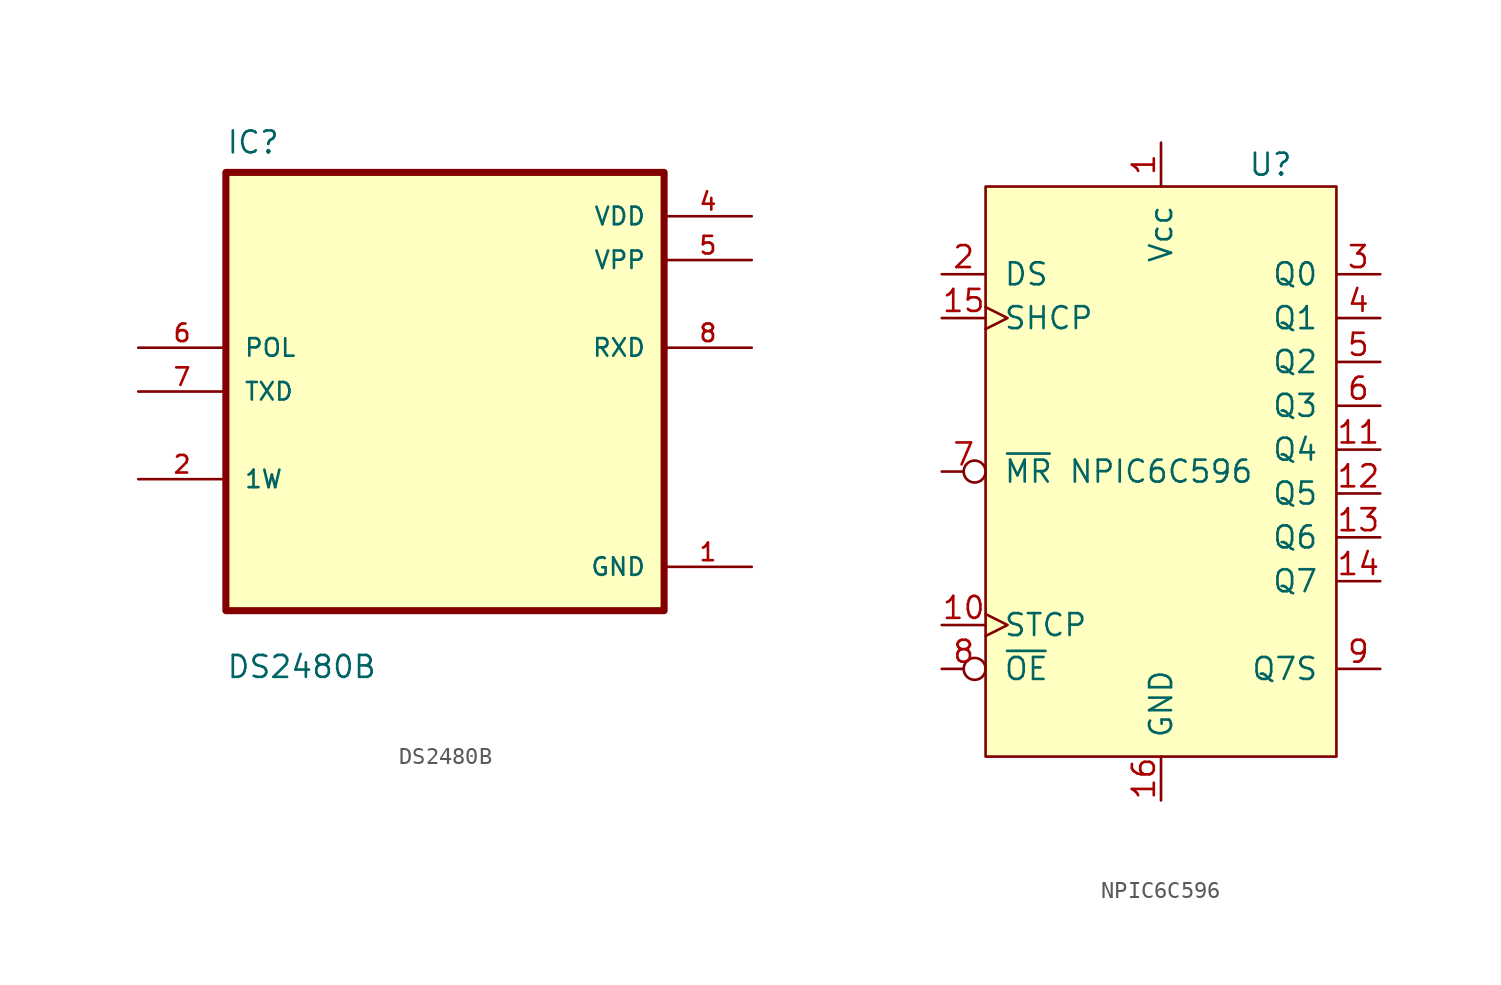
<source format=kicad_sym>
(kicad_symbol_lib
  (version 20220914)
  (generator kicad_symbol_editor)
  (symbol "DS2480B"
    (pin_names
      (offset 1.016))
    (property "Reference" "IC"
      (at -12.7 13.7 0)
      (effects (font (size 1.27 1.27)) (justify left bottom)))
    (property "Value" "DS2480B"
      (at -12.7 -16.7 0)
      (effects (font (size 1.27 1.27)) (justify left bottom)))
    (symbol "DS2480B_0_0"
      (rectangle (start -12.7 -12.7) (end 12.7 12.7) (stroke (width 0.41) (type default)) (fill (type background)))
      (pin power_in line (at 17.78 -10.16 180) (length 5.08) (name "GND" (effects (font (size 1.016 1.016)))) (number "1" (effects (font (size 1.016 1.016)))))
      (pin bidirectional line (at -17.78 -5.08 0) (length 5.08) (name "1W" (effects (font (size 1.016 1.016)))) (number "2" (effects (font (size 1.016 1.016)))))
      (pin power_in line (at 17.78 10.16 180) (length 5.08) (name "VDD" (effects (font (size 1.016 1.016)))) (number "4" (effects (font (size 1.016 1.016)))))
      (pin power_in line (at 17.78 7.62 180) (length 5.08) (name "VPP" (effects (font (size 1.016 1.016)))) (number "5" (effects (font (size 1.016 1.016)))))
      (pin input line (at -17.78 2.54 0) (length 5.08) (name "POL" (effects (font (size 1.016 1.016)))) (number "6" (effects (font (size 1.016 1.016)))))
      (pin input line (at -17.78 0 0) (length 5.08) (name "TXD" (effects (font (size 1.016 1.016)))) (number "7" (effects (font (size 1.016 1.016)))))
      (pin output line (at 17.78 2.54 180) (length 5.08) (name "RXD" (effects (font (size 1.016 1.016)))) (number "8" (effects (font (size 1.016 1.016))))))
    (symbol "DS2480B_1_1"
      (pin no_connect line (at -15.24 -10.16 0) (length 2.54) hide (name "NC" (effects (font (size 1.27 1.27)))) (number "3" (effects (font (size 1.27 1.27)))))))
  (symbol "NPIC6C596"
    (pin_names
      (offset 1.016))
    (property "Reference" "U"
      (at 6.35 17.78 0)
      (effects (font (size 1.27 1.27))))
    (property "Value" "NPIC6C596"
      (at 0 0 0)
      (effects (font (size 1.27 1.27))))
    (symbol "NPIC6C596_0_1"
      (rectangle (start -10.16 16.51) (end 10.16 -16.51) (stroke (width 0) (type solid)) (fill (type background))))
    (symbol "NPIC6C596_1_1"
      (pin power_in line (at 0 19.05 270) (length 2.54) (name "Vcc" (effects (font (size 1.27 1.27)))) (number "1" (effects (font (size 1.27 1.27)))))
      (pin input clock (at -12.7 -8.89 0) (length 2.54) (name "STCP" (effects (font (size 1.27 1.27)))) (number "10" (effects (font (size 1.27 1.27)))))
      (pin open_collector line (at 12.7 1.27 180) (length 2.54) (name "Q4" (effects (font (size 1.27 1.27)))) (number "11" (effects (font (size 1.27 1.27)))))
      (pin open_collector line (at 12.7 -1.27 180) (length 2.54) (name "Q5" (effects (font (size 1.27 1.27)))) (number "12" (effects (font (size 1.27 1.27)))))
      (pin open_collector line (at 12.7 -3.81 180) (length 2.54) (name "Q6" (effects (font (size 1.27 1.27)))) (number "13" (effects (font (size 1.27 1.27)))))
      (pin open_collector line (at 12.7 -6.35 180) (length 2.54) (name "Q7" (effects (font (size 1.27 1.27)))) (number "14" (effects (font (size 1.27 1.27)))))
      (pin input clock (at -12.7 8.89 0) (length 2.54) (name "SHCP" (effects (font (size 1.27 1.27)))) (number "15" (effects (font (size 1.27 1.27)))))
      (pin power_in line (at 0 -19.05 90) (length 2.54) (name "GND" (effects (font (size 1.27 1.27)))) (number "16" (effects (font (size 1.27 1.27)))))
      (pin input line (at -12.7 11.43 0) (length 2.54) (name "DS" (effects (font (size 1.27 1.27)))) (number "2" (effects (font (size 1.27 1.27)))))
      (pin open_collector line (at 12.7 11.43 180) (length 2.54) (name "Q0" (effects (font (size 1.27 1.27)))) (number "3" (effects (font (size 1.27 1.27)))))
      (pin open_collector line (at 12.7 8.89 180) (length 2.54) (name "Q1" (effects (font (size 1.27 1.27)))) (number "4" (effects (font (size 1.27 1.27)))))
      (pin open_collector line (at 12.7 6.35 180) (length 2.54) (name "Q2" (effects (font (size 1.27 1.27)))) (number "5" (effects (font (size 1.27 1.27)))))
      (pin open_collector line (at 12.7 3.81 180) (length 2.54) (name "Q3" (effects (font (size 1.27 1.27)))) (number "6" (effects (font (size 1.27 1.27)))))
      (pin input inverted (at -12.7 0 0) (length 2.54) (name "~{MR}" (effects (font (size 1.27 1.27)))) (number "7" (effects (font (size 1.27 1.27)))))
      (pin input inverted (at -12.7 -11.43 0) (length 2.54) (name "~{OE}" (effects (font (size 1.27 1.27)))) (number "8" (effects (font (size 1.27 1.27)))))
      (pin output line (at 12.7 -11.43 180) (length 2.54) (name "Q7S" (effects (font (size 1.27 1.27)))) (number "9" (effects (font (size 1.27 1.27))))))))
</source>
